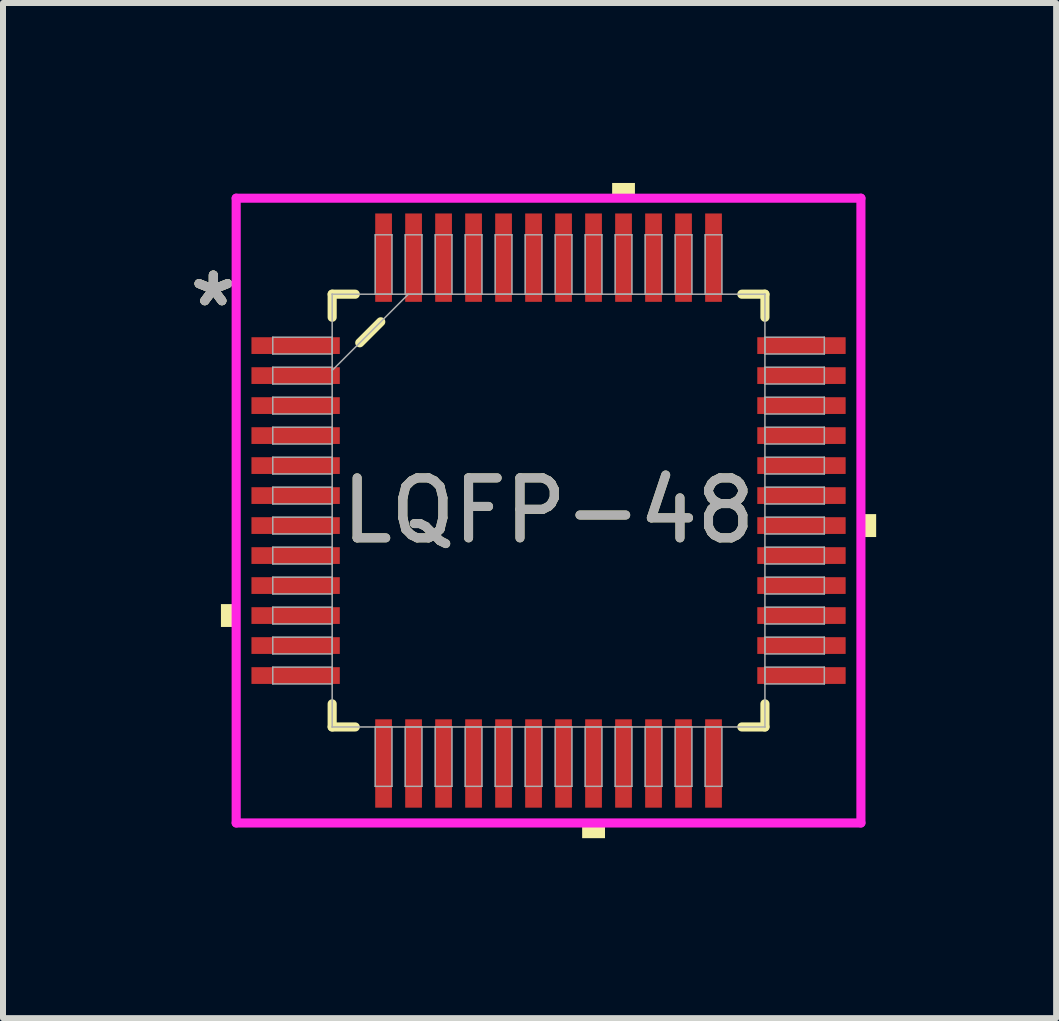
<source format=kicad_pcb>
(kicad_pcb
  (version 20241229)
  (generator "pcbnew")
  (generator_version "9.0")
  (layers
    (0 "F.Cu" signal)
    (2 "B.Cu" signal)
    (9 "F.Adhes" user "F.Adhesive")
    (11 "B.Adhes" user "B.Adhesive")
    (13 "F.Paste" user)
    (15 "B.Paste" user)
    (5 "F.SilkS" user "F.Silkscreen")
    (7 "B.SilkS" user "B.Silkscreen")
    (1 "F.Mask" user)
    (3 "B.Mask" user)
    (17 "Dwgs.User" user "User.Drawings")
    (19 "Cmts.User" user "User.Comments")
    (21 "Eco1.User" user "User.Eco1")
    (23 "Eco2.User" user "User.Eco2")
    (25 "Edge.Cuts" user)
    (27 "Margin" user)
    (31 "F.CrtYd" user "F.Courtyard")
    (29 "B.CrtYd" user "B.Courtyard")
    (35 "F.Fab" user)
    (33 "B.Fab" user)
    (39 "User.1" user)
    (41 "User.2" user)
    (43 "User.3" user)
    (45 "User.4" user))
  (footprint "LQFP-48"
    (layer "F.Cu")
    (at 6.094 5.461)
    (property "Reference" "LQFP-48" (at 0 0 0) (unlocked yes) (layer "F.SilkS") (effects (font (size 1 1) (thickness 0.15))))
    (attr smd)
    (fp_line (start -3.607 -3.607) (end -3.607 -3.222) (stroke (width 0.152) (type solid)) (layer "F.SilkS"))
    (fp_line (start -3.607 3.222) (end -3.607 3.607) (stroke (width 0.152) (type solid)) (layer "F.SilkS"))
    (fp_line (start -3.607 3.607) (end -3.222 3.607) (stroke (width 0.152) (type solid)) (layer "F.SilkS"))
    (fp_line (start -3.222 -3.607) (end -3.607 -3.607) (stroke (width 0.152) (type solid)) (layer "F.SilkS"))
    (fp_line (start -3.147 -2.797) (end -2.797 -3.147) (stroke (width 0.152) (type solid)) (layer "F.SilkS"))
    (fp_line (start 3.222 3.607) (end 3.607 3.607) (stroke (width 0.152) (type solid)) (layer "F.SilkS"))
    (fp_line (start 3.607 -3.607) (end 3.222 -3.607) (stroke (width 0.152) (type solid)) (layer "F.SilkS"))
    (fp_line (start 3.607 -3.222) (end 3.607 -3.607) (stroke (width 0.152) (type solid)) (layer "F.SilkS"))
    (fp_line (start 3.607 3.607) (end 3.607 3.222) (stroke (width 0.152) (type solid)) (layer "F.SilkS"))
    (fp_poly (pts (xy -5.461 1.559) (xy -5.461 1.94) (xy -5.207 1.94) (xy -5.207 1.559)) (stroke (width 0) (type solid)) (fill yes) (layer "F.SilkS"))
    (fp_poly (pts (xy 0.56 5.207) (xy 0.56 5.461) (xy 0.941 5.461) (xy 0.941 5.207)) (stroke (width 0) (type solid)) (fill yes) (layer "F.SilkS"))
    (fp_poly (pts (xy 1.06 -5.207) (xy 1.06 -5.461) (xy 1.44 -5.461) (xy 1.44 -5.207)) (stroke (width 0) (type solid)) (fill yes) (layer "F.SilkS"))
    (fp_poly (pts (xy 5.461 0.059) (xy 5.461 0.441) (xy 5.207 0.441) (xy 5.207 0.059)) (stroke (width 0) (type solid)) (fill yes) (layer "F.SilkS"))
    (fp_line (start -5.207 -5.207) (end 5.207 -5.207) (stroke (width 0.152) (type solid)) (layer "F.CrtYd"))
    (fp_line (start -5.207 5.207) (end -5.207 -5.207) (stroke (width 0.152) (type solid)) (layer "F.CrtYd"))
    (fp_line (start 5.207 -5.207) (end 5.207 5.207) (stroke (width 0.152) (type solid)) (layer "F.CrtYd"))
    (fp_line (start 5.207 5.207) (end -5.207 5.207) (stroke (width 0.152) (type solid)) (layer "F.CrtYd"))
    (fp_line (start -4.597 -2.89) (end -4.597 -2.61) (stroke (width 0.025) (type solid)) (layer "F.Fab"))
    (fp_line (start -4.597 -2.61) (end -3.607 -2.61) (stroke (width 0.025) (type solid)) (layer "F.Fab"))
    (fp_line (start -4.597 -2.39) (end -4.597 -2.11) (stroke (width 0.025) (type solid)) (layer "F.Fab"))
    (fp_line (start -4.597 -2.11) (end -3.607 -2.11) (stroke (width 0.025) (type solid)) (layer "F.Fab"))
    (fp_line (start -4.597 -1.89) (end -4.597 -1.61) (stroke (width 0.025) (type solid)) (layer "F.Fab"))
    (fp_line (start -4.597 -1.61) (end -3.607 -1.61) (stroke (width 0.025) (type solid)) (layer "F.Fab"))
    (fp_line (start -4.597 -1.39) (end -4.597 -1.11) (stroke (width 0.025) (type solid)) (layer "F.Fab"))
    (fp_line (start -4.597 -1.11) (end -3.607 -1.11) (stroke (width 0.025) (type solid)) (layer "F.Fab"))
    (fp_line (start -4.597 -0.89) (end -4.597 -0.61) (stroke (width 0.025) (type solid)) (layer "F.Fab"))
    (fp_line (start -4.597 -0.61) (end -3.607 -0.61) (stroke (width 0.025) (type solid)) (layer "F.Fab"))
    (fp_line (start -4.597 -0.39) (end -4.597 -0.11) (stroke (width 0.025) (type solid)) (layer "F.Fab"))
    (fp_line (start -4.597 -0.11) (end -3.607 -0.11) (stroke (width 0.025) (type solid)) (layer "F.Fab"))
    (fp_line (start -4.597 0.11) (end -4.597 0.39) (stroke (width 0.025) (type solid)) (layer "F.Fab"))
    (fp_line (start -4.597 0.39) (end -3.607 0.39) (stroke (width 0.025) (type solid)) (layer "F.Fab"))
    (fp_line (start -4.597 0.61) (end -4.597 0.89) (stroke (width 0.025) (type solid)) (layer "F.Fab"))
    (fp_line (start -4.597 0.89) (end -3.607 0.89) (stroke (width 0.025) (type solid)) (layer "F.Fab"))
    (fp_line (start -4.597 1.11) (end -4.597 1.39) (stroke (width 0.025) (type solid)) (layer "F.Fab"))
    (fp_line (start -4.597 1.39) (end -3.607 1.39) (stroke (width 0.025) (type solid)) (layer "F.Fab"))
    (fp_line (start -4.597 1.61) (end -4.597 1.89) (stroke (width 0.025) (type solid)) (layer "F.Fab"))
    (fp_line (start -4.597 1.89) (end -3.607 1.89) (stroke (width 0.025) (type solid)) (layer "F.Fab"))
    (fp_line (start -4.597 2.11) (end -4.597 2.39) (stroke (width 0.025) (type solid)) (layer "F.Fab"))
    (fp_line (start -4.597 2.39) (end -3.607 2.39) (stroke (width 0.025) (type solid)) (layer "F.Fab"))
    (fp_line (start -4.597 2.61) (end -4.597 2.89) (stroke (width 0.025) (type solid)) (layer "F.Fab"))
    (fp_line (start -4.597 2.89) (end -3.607 2.89) (stroke (width 0.025) (type solid)) (layer "F.Fab"))
    (fp_line (start -3.607 -3.607) (end -3.607 -3.607) (stroke (width 0.025) (type solid)) (layer "F.Fab"))
    (fp_line (start -3.607 -3.607) (end -3.607 3.607) (stroke (width 0.025) (type solid)) (layer "F.Fab"))
    (fp_line (start -3.607 -2.89) (end -4.597 -2.89) (stroke (width 0.025) (type solid)) (layer "F.Fab"))
    (fp_line (start -3.607 -2.61) (end -3.607 -2.89) (stroke (width 0.025) (type solid)) (layer "F.Fab"))
    (fp_line (start -3.607 -2.39) (end -4.597 -2.39) (stroke (width 0.025) (type solid)) (layer "F.Fab"))
    (fp_line (start -3.607 -2.337) (end -2.337 -3.607) (stroke (width 0.025) (type solid)) (layer "F.Fab"))
    (fp_line (start -3.607 -2.11) (end -3.607 -2.39) (stroke (width 0.025) (type solid)) (layer "F.Fab"))
    (fp_line (start -3.607 -1.89) (end -4.597 -1.89) (stroke (width 0.025) (type solid)) (layer "F.Fab"))
    (fp_line (start -3.607 -1.61) (end -3.607 -1.89) (stroke (width 0.025) (type solid)) (layer "F.Fab"))
    (fp_line (start -3.607 -1.39) (end -4.597 -1.39) (stroke (width 0.025) (type solid)) (layer "F.Fab"))
    (fp_line (start -3.607 -1.11) (end -3.607 -1.39) (stroke (width 0.025) (type solid)) (layer "F.Fab"))
    (fp_line (start -3.607 -0.89) (end -4.597 -0.89) (stroke (width 0.025) (type solid)) (layer "F.Fab"))
    (fp_line (start -3.607 -0.61) (end -3.607 -0.89) (stroke (width 0.025) (type solid)) (layer "F.Fab"))
    (fp_line (start -3.607 -0.39) (end -4.597 -0.39) (stroke (width 0.025) (type solid)) (layer "F.Fab"))
    (fp_line (start -3.607 -0.11) (end -3.607 -0.39) (stroke (width 0.025) (type solid)) (layer "F.Fab"))
    (fp_line (start -3.607 0.11) (end -4.597 0.11) (stroke (width 0.025) (type solid)) (layer "F.Fab"))
    (fp_line (start -3.607 0.39) (end -3.607 0.11) (stroke (width 0.025) (type solid)) (layer "F.Fab"))
    (fp_line (start -3.607 0.61) (end -4.597 0.61) (stroke (width 0.025) (type solid)) (layer "F.Fab"))
    (fp_line (start -3.607 0.89) (end -3.607 0.61) (stroke (width 0.025) (type solid)) (layer "F.Fab"))
    (fp_line (start -3.607 1.11) (end -4.597 1.11) (stroke (width 0.025) (type solid)) (layer "F.Fab"))
    (fp_line (start -3.607 1.39) (end -3.607 1.11) (stroke (width 0.025) (type solid)) (layer "F.Fab"))
    (fp_line (start -3.607 1.61) (end -4.597 1.61) (stroke (width 0.025) (type solid)) (layer "F.Fab"))
    (fp_line (start -3.607 1.89) (end -3.607 1.61) (stroke (width 0.025) (type solid)) (layer "F.Fab"))
    (fp_line (start -3.607 2.11) (end -4.597 2.11) (stroke (width 0.025) (type solid)) (layer "F.Fab"))
    (fp_line (start -3.607 2.39) (end -3.607 2.11) (stroke (width 0.025) (type solid)) (layer "F.Fab"))
    (fp_line (start -3.607 2.61) (end -4.597 2.61) (stroke (width 0.025) (type solid)) (layer "F.Fab"))
    (fp_line (start -3.607 2.89) (end -3.607 2.61) (stroke (width 0.025) (type solid)) (layer "F.Fab"))
    (fp_line (start -3.607 3.607) (end -3.607 3.607) (stroke (width 0.025) (type solid)) (layer "F.Fab"))
    (fp_line (start -3.607 3.607) (end 3.607 3.607) (stroke (width 0.025) (type solid)) (layer "F.Fab"))
    (fp_line (start -2.89 -4.597) (end -2.89 -3.607) (stroke (width 0.025) (type solid)) (layer "F.Fab"))
    (fp_line (start -2.89 -3.607) (end -2.61 -3.607) (stroke (width 0.025) (type solid)) (layer "F.Fab"))
    (fp_line (start -2.89 3.607) (end -2.89 4.597) (stroke (width 0.025) (type solid)) (layer "F.Fab"))
    (fp_line (start -2.89 4.597) (end -2.61 4.597) (stroke (width 0.025) (type solid)) (layer "F.Fab"))
    (fp_line (start -2.61 -4.597) (end -2.89 -4.597) (stroke (width 0.025) (type solid)) (layer "F.Fab"))
    (fp_line (start -2.61 -3.607) (end -2.61 -4.597) (stroke (width 0.025) (type solid)) (layer "F.Fab"))
    (fp_line (start -2.61 3.607) (end -2.89 3.607) (stroke (width 0.025) (type solid)) (layer "F.Fab"))
    (fp_line (start -2.61 4.597) (end -2.61 3.607) (stroke (width 0.025) (type solid)) (layer "F.Fab"))
    (fp_line (start -2.39 -4.597) (end -2.39 -3.607) (stroke (width 0.025) (type solid)) (layer "F.Fab"))
    (fp_line (start -2.39 -3.607) (end -2.11 -3.607) (stroke (width 0.025) (type solid)) (layer "F.Fab"))
    (fp_line (start -2.39 3.607) (end -2.39 4.597) (stroke (width 0.025) (type solid)) (layer "F.Fab"))
    (fp_line (start -2.39 4.597) (end -2.11 4.597) (stroke (width 0.025) (type solid)) (layer "F.Fab"))
    (fp_line (start -2.11 -4.597) (end -2.39 -4.597) (stroke (width 0.025) (type solid)) (layer "F.Fab"))
    (fp_line (start -2.11 -3.607) (end -2.11 -4.597) (stroke (width 0.025) (type solid)) (layer "F.Fab"))
    (fp_line (start -2.11 3.607) (end -2.39 3.607) (stroke (width 0.025) (type solid)) (layer "F.Fab"))
    (fp_line (start -2.11 4.597) (end -2.11 3.607) (stroke (width 0.025) (type solid)) (layer "F.Fab"))
    (fp_line (start -1.89 -4.597) (end -1.89 -3.607) (stroke (width 0.025) (type solid)) (layer "F.Fab"))
    (fp_line (start -1.89 -3.607) (end -1.61 -3.607) (stroke (width 0.025) (type solid)) (layer "F.Fab"))
    (fp_line (start -1.89 3.607) (end -1.89 4.597) (stroke (width 0.025) (type solid)) (layer "F.Fab"))
    (fp_line (start -1.89 4.597) (end -1.61 4.597) (stroke (width 0.025) (type solid)) (layer "F.Fab"))
    (fp_line (start -1.61 -4.597) (end -1.89 -4.597) (stroke (width 0.025) (type solid)) (layer "F.Fab"))
    (fp_line (start -1.61 -3.607) (end -1.61 -4.597) (stroke (width 0.025) (type solid)) (layer "F.Fab"))
    (fp_line (start -1.61 3.607) (end -1.89 3.607) (stroke (width 0.025) (type solid)) (layer "F.Fab"))
    (fp_line (start -1.61 4.597) (end -1.61 3.607) (stroke (width 0.025) (type solid)) (layer "F.Fab"))
    (fp_line (start -1.39 -4.597) (end -1.39 -3.607) (stroke (width 0.025) (type solid)) (layer "F.Fab"))
    (fp_line (start -1.39 -3.607) (end -1.11 -3.607) (stroke (width 0.025) (type solid)) (layer "F.Fab"))
    (fp_line (start -1.39 3.607) (end -1.39 4.597) (stroke (width 0.025) (type solid)) (layer "F.Fab"))
    (fp_line (start -1.39 4.597) (end -1.11 4.597) (stroke (width 0.025) (type solid)) (layer "F.Fab"))
    (fp_line (start -1.11 -4.597) (end -1.39 -4.597) (stroke (width 0.025) (type solid)) (layer "F.Fab"))
    (fp_line (start -1.11 -3.607) (end -1.11 -4.597) (stroke (width 0.025) (type solid)) (layer "F.Fab"))
    (fp_line (start -1.11 3.607) (end -1.39 3.607) (stroke (width 0.025) (type solid)) (layer "F.Fab"))
    (fp_line (start -1.11 4.597) (end -1.11 3.607) (stroke (width 0.025) (type solid)) (layer "F.Fab"))
    (fp_line (start -0.89 -4.597) (end -0.89 -3.607) (stroke (width 0.025) (type solid)) (layer "F.Fab"))
    (fp_line (start -0.89 -3.607) (end -0.61 -3.607) (stroke (width 0.025) (type solid)) (layer "F.Fab"))
    (fp_line (start -0.89 3.607) (end -0.89 4.597) (stroke (width 0.025) (type solid)) (layer "F.Fab"))
    (fp_line (start -0.89 4.597) (end -0.61 4.597) (stroke (width 0.025) (type solid)) (layer "F.Fab"))
    (fp_line (start -0.61 -4.597) (end -0.89 -4.597) (stroke (width 0.025) (type solid)) (layer "F.Fab"))
    (fp_line (start -0.61 -3.607) (end -0.61 -4.597) (stroke (width 0.025) (type solid)) (layer "F.Fab"))
    (fp_line (start -0.61 3.607) (end -0.89 3.607) (stroke (width 0.025) (type solid)) (layer "F.Fab"))
    (fp_line (start -0.61 4.597) (end -0.61 3.607) (stroke (width 0.025) (type solid)) (layer "F.Fab"))
    (fp_line (start -0.39 -4.597) (end -0.39 -3.607) (stroke (width 0.025) (type solid)) (layer "F.Fab"))
    (fp_line (start -0.39 -3.607) (end -0.11 -3.607) (stroke (width 0.025) (type solid)) (layer "F.Fab"))
    (fp_line (start -0.39 3.607) (end -0.39 4.597) (stroke (width 0.025) (type solid)) (layer "F.Fab"))
    (fp_line (start -0.39 4.597) (end -0.11 4.597) (stroke (width 0.025) (type solid)) (layer "F.Fab"))
    (fp_line (start -0.11 -4.597) (end -0.39 -4.597) (stroke (width 0.025) (type solid)) (layer "F.Fab"))
    (fp_line (start -0.11 -3.607) (end -0.11 -4.597) (stroke (width 0.025) (type solid)) (layer "F.Fab"))
    (fp_line (start -0.11 3.607) (end -0.39 3.607) (stroke (width 0.025) (type solid)) (layer "F.Fab"))
    (fp_line (start -0.11 4.597) (end -0.11 3.607) (stroke (width 0.025) (type solid)) (layer "F.Fab"))
    (fp_line (start 0.11 -4.597) (end 0.11 -3.607) (stroke (width 0.025) (type solid)) (layer "F.Fab"))
    (fp_line (start 0.11 -3.607) (end 0.39 -3.607) (stroke (width 0.025) (type solid)) (layer "F.Fab"))
    (fp_line (start 0.11 3.607) (end 0.11 4.597) (stroke (width 0.025) (type solid)) (layer "F.Fab"))
    (fp_line (start 0.11 4.597) (end 0.39 4.597) (stroke (width 0.025) (type solid)) (layer "F.Fab"))
    (fp_line (start 0.39 -4.597) (end 0.11 -4.597) (stroke (width 0.025) (type solid)) (layer "F.Fab"))
    (fp_line (start 0.39 -3.607) (end 0.39 -4.597) (stroke (width 0.025) (type solid)) (layer "F.Fab"))
    (fp_line (start 0.39 3.607) (end 0.11 3.607) (stroke (width 0.025) (type solid)) (layer "F.Fab"))
    (fp_line (start 0.39 4.597) (end 0.39 3.607) (stroke (width 0.025) (type solid)) (layer "F.Fab"))
    (fp_line (start 0.61 -4.597) (end 0.61 -3.607) (stroke (width 0.025) (type solid)) (layer "F.Fab"))
    (fp_line (start 0.61 -3.607) (end 0.89 -3.607) (stroke (width 0.025) (type solid)) (layer "F.Fab"))
    (fp_line (start 0.61 3.607) (end 0.61 4.597) (stroke (width 0.025) (type solid)) (layer "F.Fab"))
    (fp_line (start 0.61 4.597) (end 0.89 4.597) (stroke (width 0.025) (type solid)) (layer "F.Fab"))
    (fp_line (start 0.89 -4.597) (end 0.61 -4.597) (stroke (width 0.025) (type solid)) (layer "F.Fab"))
    (fp_line (start 0.89 -3.607) (end 0.89 -4.597) (stroke (width 0.025) (type solid)) (layer "F.Fab"))
    (fp_line (start 0.89 3.607) (end 0.61 3.607) (stroke (width 0.025) (type solid)) (layer "F.Fab"))
    (fp_line (start 0.89 4.597) (end 0.89 3.607) (stroke (width 0.025) (type solid)) (layer "F.Fab"))
    (fp_line (start 1.11 -4.597) (end 1.11 -3.607) (stroke (width 0.025) (type solid)) (layer "F.Fab"))
    (fp_line (start 1.11 -3.607) (end 1.39 -3.607) (stroke (width 0.025) (type solid)) (layer "F.Fab"))
    (fp_line (start 1.11 3.607) (end 1.11 4.597) (stroke (width 0.025) (type solid)) (layer "F.Fab"))
    (fp_line (start 1.11 4.597) (end 1.39 4.597) (stroke (width 0.025) (type solid)) (layer "F.Fab"))
    (fp_line (start 1.39 -4.597) (end 1.11 -4.597) (stroke (width 0.025) (type solid)) (layer "F.Fab"))
    (fp_line (start 1.39 -3.607) (end 1.39 -4.597) (stroke (width 0.025) (type solid)) (layer "F.Fab"))
    (fp_line (start 1.39 3.607) (end 1.11 3.607) (stroke (width 0.025) (type solid)) (layer "F.Fab"))
    (fp_line (start 1.39 4.597) (end 1.39 3.607) (stroke (width 0.025) (type solid)) (layer "F.Fab"))
    (fp_line (start 1.61 -4.597) (end 1.61 -3.607) (stroke (width 0.025) (type solid)) (layer "F.Fab"))
    (fp_line (start 1.61 -3.607) (end 1.89 -3.607) (stroke (width 0.025) (type solid)) (layer "F.Fab"))
    (fp_line (start 1.61 3.607) (end 1.61 4.597) (stroke (width 0.025) (type solid)) (layer "F.Fab"))
    (fp_line (start 1.61 4.597) (end 1.89 4.597) (stroke (width 0.025) (type solid)) (layer "F.Fab"))
    (fp_line (start 1.89 -4.597) (end 1.61 -4.597) (stroke (width 0.025) (type solid)) (layer "F.Fab"))
    (fp_line (start 1.89 -3.607) (end 1.89 -4.597) (stroke (width 0.025) (type solid)) (layer "F.Fab"))
    (fp_line (start 1.89 3.607) (end 1.61 3.607) (stroke (width 0.025) (type solid)) (layer "F.Fab"))
    (fp_line (start 1.89 4.597) (end 1.89 3.607) (stroke (width 0.025) (type solid)) (layer "F.Fab"))
    (fp_line (start 2.11 -4.597) (end 2.11 -3.607) (stroke (width 0.025) (type solid)) (layer "F.Fab"))
    (fp_line (start 2.11 -3.607) (end 2.39 -3.607) (stroke (width 0.025) (type solid)) (layer "F.Fab"))
    (fp_line (start 2.11 3.607) (end 2.11 4.597) (stroke (width 0.025) (type solid)) (layer "F.Fab"))
    (fp_line (start 2.11 4.597) (end 2.39 4.597) (stroke (width 0.025) (type solid)) (layer "F.Fab"))
    (fp_line (start 2.39 -4.597) (end 2.11 -4.597) (stroke (width 0.025) (type solid)) (layer "F.Fab"))
    (fp_line (start 2.39 -3.607) (end 2.39 -4.597) (stroke (width 0.025) (type solid)) (layer "F.Fab"))
    (fp_line (start 2.39 3.607) (end 2.11 3.607) (stroke (width 0.025) (type solid)) (layer "F.Fab"))
    (fp_line (start 2.39 4.597) (end 2.39 3.607) (stroke (width 0.025) (type solid)) (layer "F.Fab"))
    (fp_line (start 2.61 -4.597) (end 2.61 -3.607) (stroke (width 0.025) (type solid)) (layer "F.Fab"))
    (fp_line (start 2.61 -3.607) (end 2.89 -3.607) (stroke (width 0.025) (type solid)) (layer "F.Fab"))
    (fp_line (start 2.61 3.607) (end 2.61 4.597) (stroke (width 0.025) (type solid)) (layer "F.Fab"))
    (fp_line (start 2.61 4.597) (end 2.89 4.597) (stroke (width 0.025) (type solid)) (layer "F.Fab"))
    (fp_line (start 2.89 -4.597) (end 2.61 -4.597) (stroke (width 0.025) (type solid)) (layer "F.Fab"))
    (fp_line (start 2.89 -3.607) (end 2.89 -4.597) (stroke (width 0.025) (type solid)) (layer "F.Fab"))
    (fp_line (start 2.89 3.607) (end 2.61 3.607) (stroke (width 0.025) (type solid)) (layer "F.Fab"))
    (fp_line (start 2.89 4.597) (end 2.89 3.607) (stroke (width 0.025) (type solid)) (layer "F.Fab"))
    (fp_line (start 3.607 -3.607) (end -3.607 -3.607) (stroke (width 0.025) (type solid)) (layer "F.Fab"))
    (fp_line (start 3.607 -3.607) (end 3.607 -3.607) (stroke (width 0.025) (type solid)) (layer "F.Fab"))
    (fp_line (start 3.607 -2.89) (end 3.607 -2.61) (stroke (width 0.025) (type solid)) (layer "F.Fab"))
    (fp_line (start 3.607 -2.61) (end 4.597 -2.61) (stroke (width 0.025) (type solid)) (layer "F.Fab"))
    (fp_line (start 3.607 -2.39) (end 3.607 -2.11) (stroke (width 0.025) (type solid)) (layer "F.Fab"))
    (fp_line (start 3.607 -2.11) (end 4.597 -2.11) (stroke (width 0.025) (type solid)) (layer "F.Fab"))
    (fp_line (start 3.607 -1.89) (end 3.607 -1.61) (stroke (width 0.025) (type solid)) (layer "F.Fab"))
    (fp_line (start 3.607 -1.61) (end 4.597 -1.61) (stroke (width 0.025) (type solid)) (layer "F.Fab"))
    (fp_line (start 3.607 -1.39) (end 3.607 -1.11) (stroke (width 0.025) (type solid)) (layer "F.Fab"))
    (fp_line (start 3.607 -1.11) (end 4.597 -1.11) (stroke (width 0.025) (type solid)) (layer "F.Fab"))
    (fp_line (start 3.607 -0.89) (end 3.607 -0.61) (stroke (width 0.025) (type solid)) (layer "F.Fab"))
    (fp_line (start 3.607 -0.61) (end 4.597 -0.61) (stroke (width 0.025) (type solid)) (layer "F.Fab"))
    (fp_line (start 3.607 -0.39) (end 3.607 -0.11) (stroke (width 0.025) (type solid)) (layer "F.Fab"))
    (fp_line (start 3.607 -0.11) (end 4.597 -0.11) (stroke (width 0.025) (type solid)) (layer "F.Fab"))
    (fp_line (start 3.607 0.11) (end 3.607 0.39) (stroke (width 0.025) (type solid)) (layer "F.Fab"))
    (fp_line (start 3.607 0.39) (end 4.597 0.39) (stroke (width 0.025) (type solid)) (layer "F.Fab"))
    (fp_line (start 3.607 0.61) (end 3.607 0.89) (stroke (width 0.025) (type solid)) (layer "F.Fab"))
    (fp_line (start 3.607 0.89) (end 4.597 0.89) (stroke (width 0.025) (type solid)) (layer "F.Fab"))
    (fp_line (start 3.607 1.11) (end 3.607 1.39) (stroke (width 0.025) (type solid)) (layer "F.Fab"))
    (fp_line (start 3.607 1.39) (end 4.597 1.39) (stroke (width 0.025) (type solid)) (layer "F.Fab"))
    (fp_line (start 3.607 1.61) (end 3.607 1.89) (stroke (width 0.025) (type solid)) (layer "F.Fab"))
    (fp_line (start 3.607 1.89) (end 4.597 1.89) (stroke (width 0.025) (type solid)) (layer "F.Fab"))
    (fp_line (start 3.607 2.11) (end 3.607 2.39) (stroke (width 0.025) (type solid)) (layer "F.Fab"))
    (fp_line (start 3.607 2.39) (end 4.597 2.39) (stroke (width 0.025) (type solid)) (layer "F.Fab"))
    (fp_line (start 3.607 2.61) (end 3.607 2.89) (stroke (width 0.025) (type solid)) (layer "F.Fab"))
    (fp_line (start 3.607 2.89) (end 4.597 2.89) (stroke (width 0.025) (type solid)) (layer "F.Fab"))
    (fp_line (start 3.607 3.607) (end 3.607 -3.607) (stroke (width 0.025) (type solid)) (layer "F.Fab"))
    (fp_line (start 3.607 3.607) (end 3.607 3.607) (stroke (width 0.025) (type solid)) (layer "F.Fab"))
    (fp_line (start 4.597 -2.89) (end 3.607 -2.89) (stroke (width 0.025) (type solid)) (layer "F.Fab"))
    (fp_line (start 4.597 -2.61) (end 4.597 -2.89) (stroke (width 0.025) (type solid)) (layer "F.Fab"))
    (fp_line (start 4.597 -2.39) (end 3.607 -2.39) (stroke (width 0.025) (type solid)) (layer "F.Fab"))
    (fp_line (start 4.597 -2.11) (end 4.597 -2.39) (stroke (width 0.025) (type solid)) (layer "F.Fab"))
    (fp_line (start 4.597 -1.89) (end 3.607 -1.89) (stroke (width 0.025) (type solid)) (layer "F.Fab"))
    (fp_line (start 4.597 -1.61) (end 4.597 -1.89) (stroke (width 0.025) (type solid)) (layer "F.Fab"))
    (fp_line (start 4.597 -1.39) (end 3.607 -1.39) (stroke (width 0.025) (type solid)) (layer "F.Fab"))
    (fp_line (start 4.597 -1.11) (end 4.597 -1.39) (stroke (width 0.025) (type solid)) (layer "F.Fab"))
    (fp_line (start 4.597 -0.89) (end 3.607 -0.89) (stroke (width 0.025) (type solid)) (layer "F.Fab"))
    (fp_line (start 4.597 -0.61) (end 4.597 -0.89) (stroke (width 0.025) (type solid)) (layer "F.Fab"))
    (fp_line (start 4.597 -0.39) (end 3.607 -0.39) (stroke (width 0.025) (type solid)) (layer "F.Fab"))
    (fp_line (start 4.597 -0.11) (end 4.597 -0.39) (stroke (width 0.025) (type solid)) (layer "F.Fab"))
    (fp_line (start 4.597 0.11) (end 3.607 0.11) (stroke (width 0.025) (type solid)) (layer "F.Fab"))
    (fp_line (start 4.597 0.39) (end 4.597 0.11) (stroke (width 0.025) (type solid)) (layer "F.Fab"))
    (fp_line (start 4.597 0.61) (end 3.607 0.61) (stroke (width 0.025) (type solid)) (layer "F.Fab"))
    (fp_line (start 4.597 0.89) (end 4.597 0.61) (stroke (width 0.025) (type solid)) (layer "F.Fab"))
    (fp_line (start 4.597 1.11) (end 3.607 1.11) (stroke (width 0.025) (type solid)) (layer "F.Fab"))
    (fp_line (start 4.597 1.39) (end 4.597 1.11) (stroke (width 0.025) (type solid)) (layer "F.Fab"))
    (fp_line (start 4.597 1.61) (end 3.607 1.61) (stroke (width 0.025) (type solid)) (layer "F.Fab"))
    (fp_line (start 4.597 1.89) (end 4.597 1.61) (stroke (width 0.025) (type solid)) (layer "F.Fab"))
    (fp_line (start 4.597 2.11) (end 3.607 2.11) (stroke (width 0.025) (type solid)) (layer "F.Fab"))
    (fp_line (start 4.597 2.39) (end 4.597 2.11) (stroke (width 0.025) (type solid)) (layer "F.Fab"))
    (fp_line (start 4.597 2.61) (end 3.607 2.61) (stroke (width 0.025) (type solid)) (layer "F.Fab"))
    (fp_line (start 4.597 2.89) (end 4.597 2.61) (stroke (width 0.025) (type solid)) (layer "F.Fab"))
    (fp_text user "*" (at -5.588 -3.381 0) (layer "F.SilkS") (effects (font (size 1 1) (thickness 0.15))))
    (fp_text user "*" (at -5.588 -3.381 0) (unlocked yes) (layer "F.SilkS") (effects (font (size 1 1) (thickness 0.15))))
    (fp_text user "*" (at -5.588 -3.381 0) (layer "F.Fab") (effects (font (size 1 1) (thickness 0.15))))
    (fp_text user "${REFERENCE}" (at 0 0 0) (unlocked yes) (layer "F.Fab") (effects (font (size 1 1) (thickness 0.15))))
    (fp_text user "*" (at -5.588 -3.381 0) (unlocked yes) (layer "F.Fab") (effects (font (size 1 1) (thickness 0.15))))
    (pad "1" smd rect (at -4.216 -2.75 90) (size 0.279 1.473) (layers "F.Cu" "F.Mask" "F.Paste"))
    (pad "2" smd rect (at -4.216 -2.25 90) (size 0.279 1.473) (layers "F.Cu" "F.Mask" "F.Paste"))
    (pad "3" smd rect (at -4.216 -1.75 90) (size 0.279 1.473) (layers "F.Cu" "F.Mask" "F.Paste"))
    (pad "4" smd rect (at -4.216 -1.25 90) (size 0.279 1.473) (layers "F.Cu" "F.Mask" "F.Paste"))
    (pad "5" smd rect (at -4.216 -0.75 90) (size 0.279 1.473) (layers "F.Cu" "F.Mask" "F.Paste"))
    (pad "6" smd rect (at -4.216 -0.25 90) (size 0.279 1.473) (layers "F.Cu" "F.Mask" "F.Paste"))
    (pad "7" smd rect (at -4.216 0.25 90) (size 0.279 1.473) (layers "F.Cu" "F.Mask" "F.Paste"))
    (pad "8" smd rect (at -4.216 0.75 90) (size 0.279 1.473) (layers "F.Cu" "F.Mask" "F.Paste"))
    (pad "9" smd rect (at -4.216 1.25 90) (size 0.279 1.473) (layers "F.Cu" "F.Mask" "F.Paste"))
    (pad "10" smd rect (at -4.216 1.75 90) (size 0.279 1.473) (layers "F.Cu" "F.Mask" "F.Paste"))
    (pad "11" smd rect (at -4.216 2.25 90) (size 0.279 1.473) (layers "F.Cu" "F.Mask" "F.Paste"))
    (pad "12" smd rect (at -4.216 2.75 90) (size 0.279 1.473) (layers "F.Cu" "F.Mask" "F.Paste"))
    (pad "13" smd rect (at -2.75 4.216) (size 0.279 1.473) (layers "F.Cu" "F.Mask" "F.Paste"))
    (pad "14" smd rect (at -2.25 4.216) (size 0.279 1.473) (layers "F.Cu" "F.Mask" "F.Paste"))
    (pad "15" smd rect (at -1.75 4.216) (size 0.279 1.473) (layers "F.Cu" "F.Mask" "F.Paste"))
    (pad "16" smd rect (at -1.25 4.216) (size 0.279 1.473) (layers "F.Cu" "F.Mask" "F.Paste"))
    (pad "17" smd rect (at -0.75 4.216) (size 0.279 1.473) (layers "F.Cu" "F.Mask" "F.Paste"))
    (pad "18" smd rect (at -0.25 4.216) (size 0.279 1.473) (layers "F.Cu" "F.Mask" "F.Paste"))
    (pad "19" smd rect (at 0.25 4.216) (size 0.279 1.473) (layers "F.Cu" "F.Mask" "F.Paste"))
    (pad "20" smd rect (at 0.75 4.216) (size 0.279 1.473) (layers "F.Cu" "F.Mask" "F.Paste"))
    (pad "21" smd rect (at 1.25 4.216) (size 0.279 1.473) (layers "F.Cu" "F.Mask" "F.Paste"))
    (pad "22" smd rect (at 1.75 4.216) (size 0.279 1.473) (layers "F.Cu" "F.Mask" "F.Paste"))
    (pad "23" smd rect (at 2.25 4.216) (size 0.279 1.473) (layers "F.Cu" "F.Mask" "F.Paste"))
    (pad "24" smd rect (at 2.75 4.216) (size 0.279 1.473) (layers "F.Cu" "F.Mask" "F.Paste"))
    (pad "25" smd rect (at 4.216 2.75 90) (size 0.279 1.473) (layers "F.Cu" "F.Mask" "F.Paste"))
    (pad "26" smd rect (at 4.216 2.25 90) (size 0.279 1.473) (layers "F.Cu" "F.Mask" "F.Paste"))
    (pad "27" smd rect (at 4.216 1.75 90) (size 0.279 1.473) (layers "F.Cu" "F.Mask" "F.Paste"))
    (pad "28" smd rect (at 4.216 1.25 90) (size 0.279 1.473) (layers "F.Cu" "F.Mask" "F.Paste"))
    (pad "29" smd rect (at 4.216 0.75 90) (size 0.279 1.473) (layers "F.Cu" "F.Mask" "F.Paste"))
    (pad "30" smd rect (at 4.216 0.25 90) (size 0.279 1.473) (layers "F.Cu" "F.Mask" "F.Paste"))
    (pad "31" smd rect (at 4.216 -0.25 90) (size 0.279 1.473) (layers "F.Cu" "F.Mask" "F.Paste"))
    (pad "32" smd rect (at 4.216 -0.75 90) (size 0.279 1.473) (layers "F.Cu" "F.Mask" "F.Paste"))
    (pad "33" smd rect (at 4.216 -1.25 90) (size 0.279 1.473) (layers "F.Cu" "F.Mask" "F.Paste"))
    (pad "34" smd rect (at 4.216 -1.75 90) (size 0.279 1.473) (layers "F.Cu" "F.Mask" "F.Paste"))
    (pad "35" smd rect (at 4.216 -2.25 90) (size 0.279 1.473) (layers "F.Cu" "F.Mask" "F.Paste"))
    (pad "36" smd rect (at 4.216 -2.75 90) (size 0.279 1.473) (layers "F.Cu" "F.Mask" "F.Paste"))
    (pad "37" smd rect (at 2.75 -4.216) (size 0.279 1.473) (layers "F.Cu" "F.Mask" "F.Paste"))
    (pad "38" smd rect (at 2.25 -4.216) (size 0.279 1.473) (layers "F.Cu" "F.Mask" "F.Paste"))
    (pad "39" smd rect (at 1.75 -4.216) (size 0.279 1.473) (layers "F.Cu" "F.Mask" "F.Paste"))
    (pad "40" smd rect (at 1.25 -4.216) (size 0.279 1.473) (layers "F.Cu" "F.Mask" "F.Paste"))
    (pad "41" smd rect (at 0.75 -4.216) (size 0.279 1.473) (layers "F.Cu" "F.Mask" "F.Paste"))
    (pad "42" smd rect (at 0.25 -4.216) (size 0.279 1.473) (layers "F.Cu" "F.Mask" "F.Paste"))
    (pad "43" smd rect (at -0.25 -4.216) (size 0.279 1.473) (layers "F.Cu" "F.Mask" "F.Paste"))
    (pad "44" smd rect (at -0.75 -4.216) (size 0.279 1.473) (layers "F.Cu" "F.Mask" "F.Paste"))
    (pad "45" smd rect (at -1.25 -4.216) (size 0.279 1.473) (layers "F.Cu" "F.Mask" "F.Paste"))
    (pad "46" smd rect (at -1.75 -4.216) (size 0.279 1.473) (layers "F.Cu" "F.Mask" "F.Paste"))
    (pad "47" smd rect (at -2.25 -4.216) (size 0.279 1.473) (layers "F.Cu" "F.Mask" "F.Paste"))
    (pad "48" smd rect (at -2.75 -4.216) (size 0.279 1.473) (layers "F.Cu" "F.Mask" "F.Paste")))
  (gr_rect
    (start -3 -3)
    (end 14.555 13.922)
    (stroke (width 0.1) (type default))
    (fill no)
    (layer "Edge.Cuts")))
</source>
